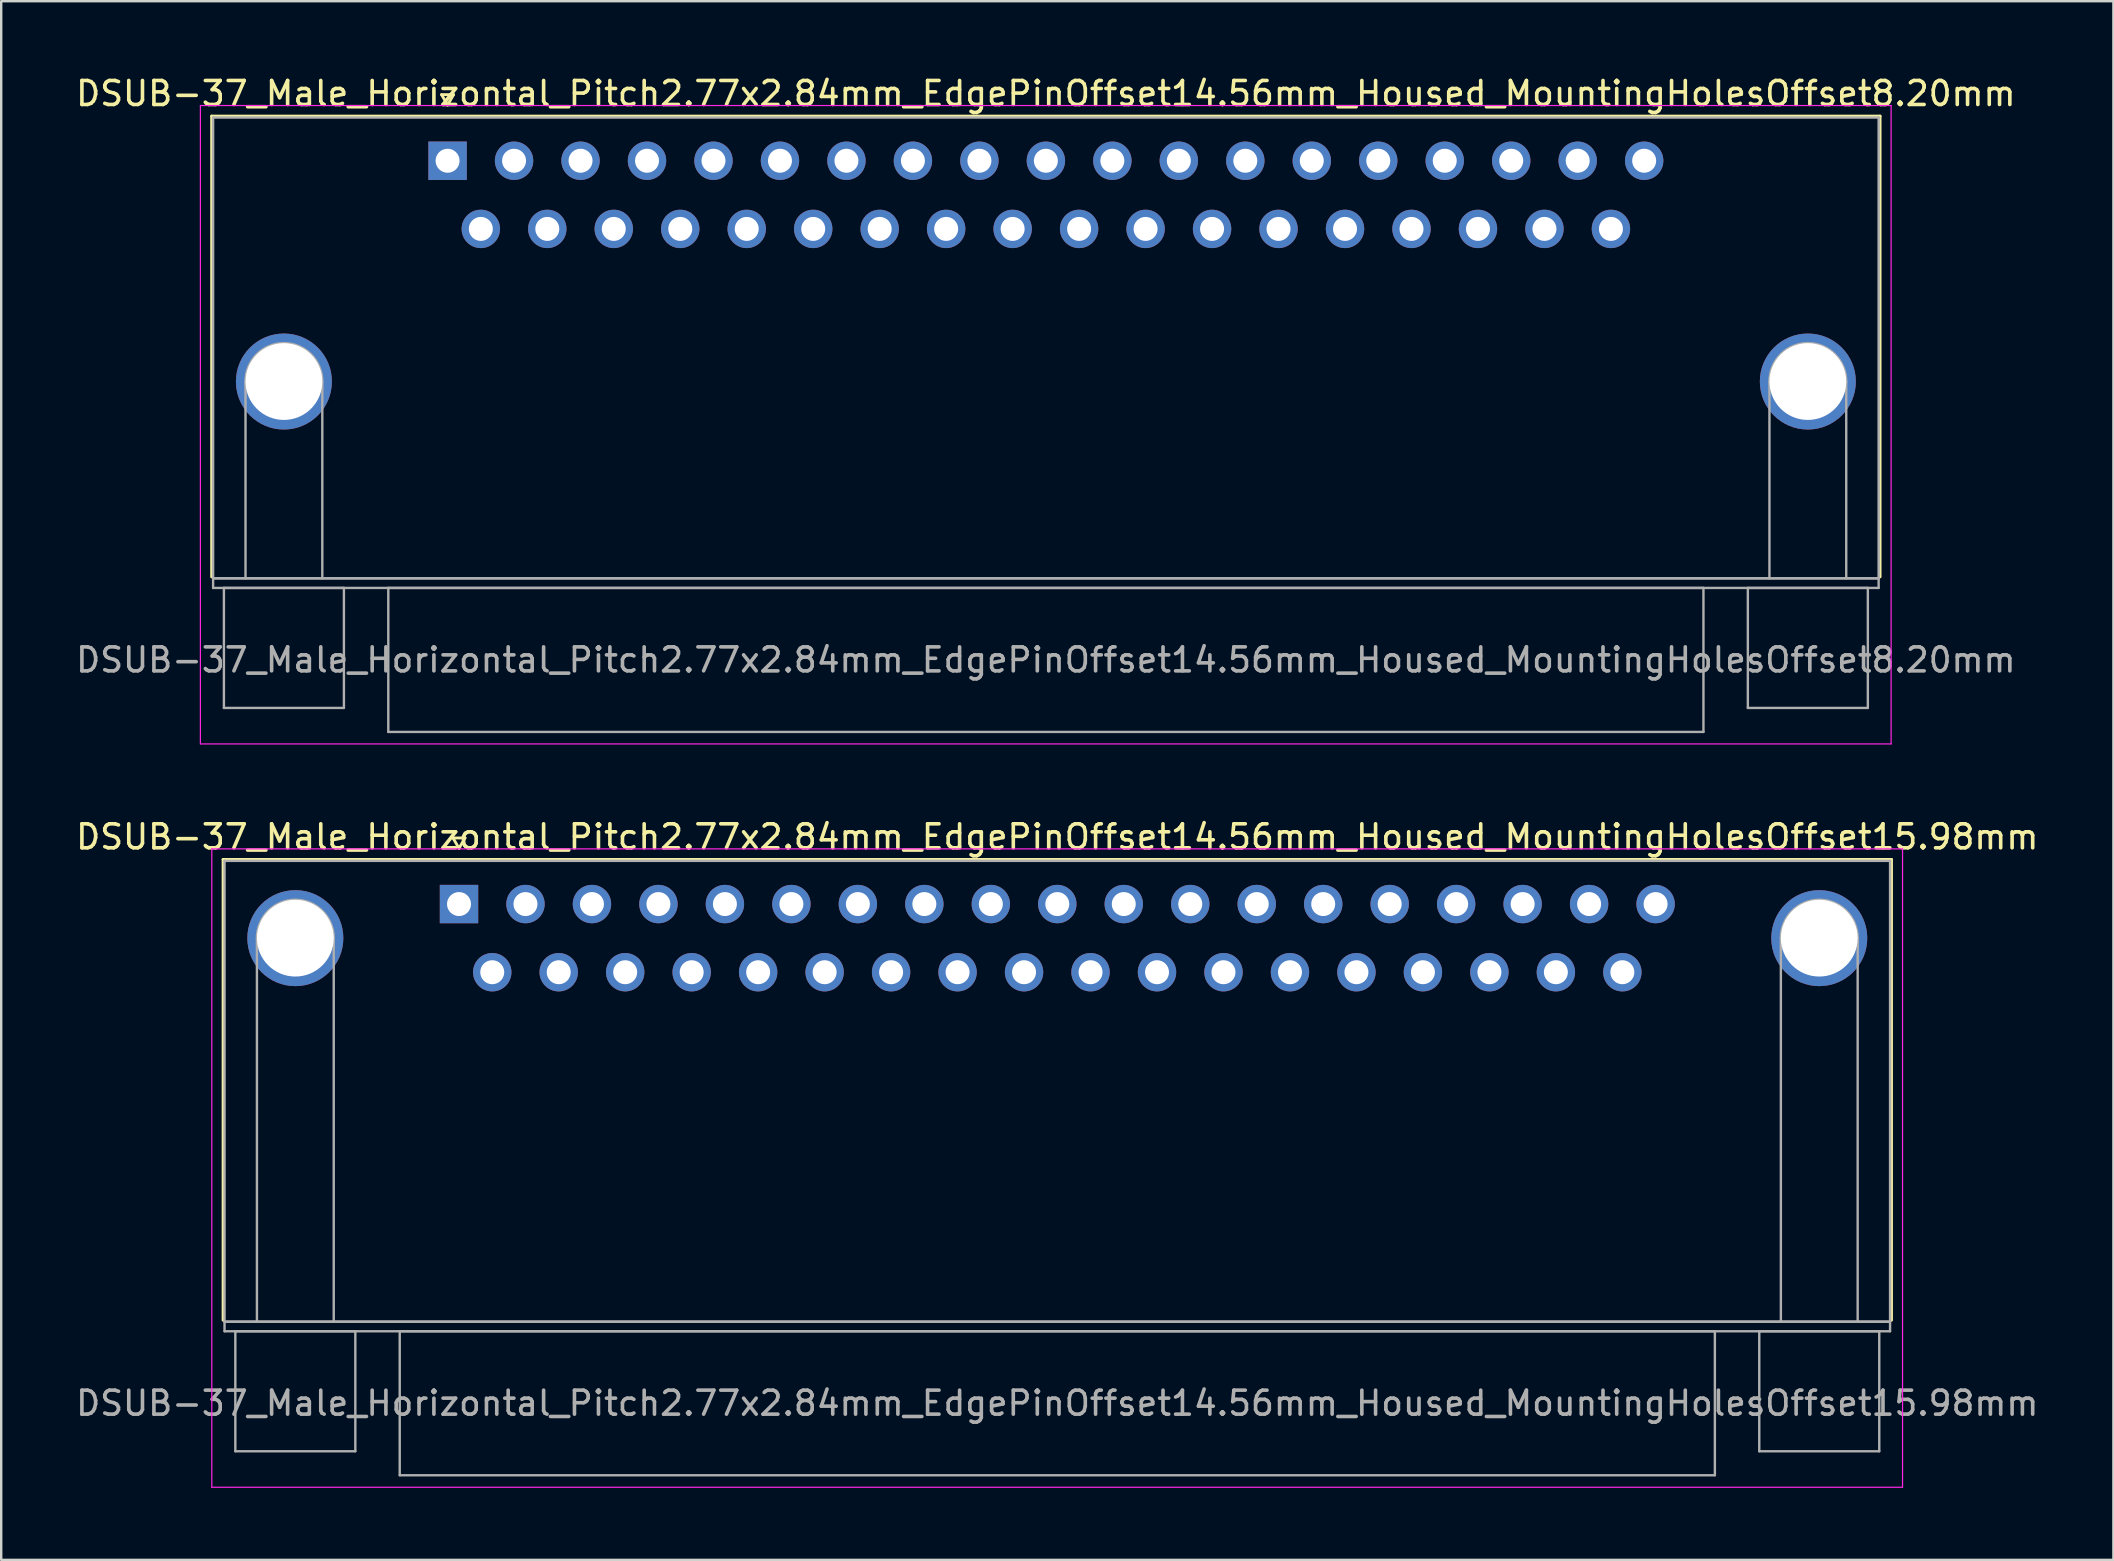
<source format=kicad_pcb>
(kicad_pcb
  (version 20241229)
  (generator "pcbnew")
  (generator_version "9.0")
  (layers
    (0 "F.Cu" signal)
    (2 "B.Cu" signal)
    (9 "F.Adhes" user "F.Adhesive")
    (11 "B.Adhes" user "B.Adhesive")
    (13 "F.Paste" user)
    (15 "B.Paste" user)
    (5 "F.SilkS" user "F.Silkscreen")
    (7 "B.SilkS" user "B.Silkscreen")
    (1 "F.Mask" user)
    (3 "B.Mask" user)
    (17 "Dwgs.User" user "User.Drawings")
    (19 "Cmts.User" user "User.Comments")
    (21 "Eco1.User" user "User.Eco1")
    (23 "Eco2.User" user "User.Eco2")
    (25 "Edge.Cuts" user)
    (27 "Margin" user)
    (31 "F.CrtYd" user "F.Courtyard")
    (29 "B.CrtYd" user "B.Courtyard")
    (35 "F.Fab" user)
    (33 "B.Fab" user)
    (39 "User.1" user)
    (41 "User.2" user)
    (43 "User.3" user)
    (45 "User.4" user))
  (footprint "DSUB-37_Male_Horizontal_Pitch2.77x2.84mm_EdgePinOffset14.56mm_Housed_MountingHolesOffset15.98mm"
    (layer "F.Cu")
    (at 16.076 34.621)
    (property "Reference" "DSUB-37_Male_Horizontal_Pitch2.77x2.84mm_EdgePinOffset14.56mm_Housed_MountingHolesOffset15.98mm" (at 24.93 -2.8 0) (layer "F.SilkS") (effects (font (size 1 1) (thickness 0.15))))
    (attr through_hole)
    (fp_line (start -9.83 -1.86) (end 59.69 -1.86) (stroke (width 0.12) (type solid)) (layer "F.SilkS"))
    (fp_line (start -9.83 17.34) (end -9.83 -1.86) (stroke (width 0.12) (type solid)) (layer "F.SilkS"))
    (fp_line (start -0.25 -2.754) (end 0.25 -2.754) (stroke (width 0.12) (type solid)) (layer "F.SilkS"))
    (fp_line (start 0 -2.321) (end -0.25 -2.754) (stroke (width 0.12) (type solid)) (layer "F.SilkS"))
    (fp_line (start 0.25 -2.754) (end 0 -2.321) (stroke (width 0.12) (type solid)) (layer "F.SilkS"))
    (fp_line (start 59.69 -1.86) (end 59.69 17.34) (stroke (width 0.12) (type solid)) (layer "F.SilkS"))
    (fp_line (start -10.3 -2.3) (end -10.3 24.3) (stroke (width 0.05) (type solid)) (layer "F.CrtYd"))
    (fp_line (start -10.3 24.3) (end 60.15 24.3) (stroke (width 0.05) (type solid)) (layer "F.CrtYd"))
    (fp_line (start 60.15 -2.3) (end -10.3 -2.3) (stroke (width 0.05) (type solid)) (layer "F.CrtYd"))
    (fp_line (start 60.15 24.3) (end 60.15 -2.3) (stroke (width 0.05) (type solid)) (layer "F.CrtYd"))
    (fp_line (start -9.77 -1.8) (end -9.77 17.4) (stroke (width 0.1) (type solid)) (layer "F.Fab"))
    (fp_line (start -9.77 17.4) (end -9.77 17.8) (stroke (width 0.1) (type solid)) (layer "F.Fab"))
    (fp_line (start -9.77 17.4) (end 59.63 17.4) (stroke (width 0.1) (type solid)) (layer "F.Fab"))
    (fp_line (start -9.77 17.8) (end 59.63 17.8) (stroke (width 0.1) (type solid)) (layer "F.Fab"))
    (fp_line (start -9.32 17.8) (end -9.32 22.8) (stroke (width 0.1) (type solid)) (layer "F.Fab"))
    (fp_line (start -9.32 22.8) (end -4.32 22.8) (stroke (width 0.1) (type solid)) (layer "F.Fab"))
    (fp_line (start -8.42 17.4) (end -8.42 1.42) (stroke (width 0.1) (type solid)) (layer "F.Fab"))
    (fp_line (start -5.22 17.4) (end -5.22 1.42) (stroke (width 0.1) (type solid)) (layer "F.Fab"))
    (fp_line (start -4.32 17.8) (end -9.32 17.8) (stroke (width 0.1) (type solid)) (layer "F.Fab"))
    (fp_line (start -4.32 22.8) (end -4.32 17.8) (stroke (width 0.1) (type solid)) (layer "F.Fab"))
    (fp_line (start -2.47 17.8) (end -2.47 23.8) (stroke (width 0.1) (type solid)) (layer "F.Fab"))
    (fp_line (start -2.47 23.8) (end 52.33 23.8) (stroke (width 0.1) (type solid)) (layer "F.Fab"))
    (fp_line (start 52.33 17.8) (end -2.47 17.8) (stroke (width 0.1) (type solid)) (layer "F.Fab"))
    (fp_line (start 52.33 23.8) (end 52.33 17.8) (stroke (width 0.1) (type solid)) (layer "F.Fab"))
    (fp_line (start 54.18 17.8) (end 54.18 22.8) (stroke (width 0.1) (type solid)) (layer "F.Fab"))
    (fp_line (start 54.18 22.8) (end 59.18 22.8) (stroke (width 0.1) (type solid)) (layer "F.Fab"))
    (fp_line (start 55.08 17.4) (end 55.08 1.42) (stroke (width 0.1) (type solid)) (layer "F.Fab"))
    (fp_line (start 58.28 17.4) (end 58.28 1.42) (stroke (width 0.1) (type solid)) (layer "F.Fab"))
    (fp_line (start 59.18 17.8) (end 54.18 17.8) (stroke (width 0.1) (type solid)) (layer "F.Fab"))
    (fp_line (start 59.18 22.8) (end 59.18 17.8) (stroke (width 0.1) (type solid)) (layer "F.Fab"))
    (fp_line (start 59.63 -1.8) (end -9.77 -1.8) (stroke (width 0.1) (type solid)) (layer "F.Fab"))
    (fp_line (start 59.63 17.4) (end -9.77 17.4) (stroke (width 0.1) (type solid)) (layer "F.Fab"))
    (fp_line (start 59.63 17.4) (end 59.63 -1.8) (stroke (width 0.1) (type solid)) (layer "F.Fab"))
    (fp_line (start 59.63 17.8) (end 59.63 17.4) (stroke (width 0.1) (type solid)) (layer "F.Fab"))
    (fp_arc (start -8.42 1.42) (mid -6.82 -0.18) (end -5.22 1.42) (stroke (width 0.1) (type solid)) (layer "F.Fab"))
    (fp_arc (start 55.08 1.42) (mid 56.68 -0.18) (end 58.28 1.42) (stroke (width 0.1) (type solid)) (layer "F.Fab"))
    (fp_text user "${REFERENCE}" (at 24.93 20.8 0) (layer "F.Fab") (effects (font (size 1 1) (thickness 0.15))))
    (pad "0" thru_hole circle (at -6.82 1.42) (size 4 4) (drill 3.2) (layers "*.Cu" "*.Mask"))
    (pad "0" thru_hole circle (at 56.68 1.42) (size 4 4) (drill 3.2) (layers "*.Cu" "*.Mask"))
    (pad "1" thru_hole rect (at 0 0) (size 1.6 1.6) (drill 1) (layers "*.Cu" "*.Mask"))
    (pad "2" thru_hole circle (at 2.77 0) (size 1.6 1.6) (drill 1) (layers "*.Cu" "*.Mask"))
    (pad "3" thru_hole circle (at 5.54 0) (size 1.6 1.6) (drill 1) (layers "*.Cu" "*.Mask"))
    (pad "4" thru_hole circle (at 8.31 0) (size 1.6 1.6) (drill 1) (layers "*.Cu" "*.Mask"))
    (pad "5" thru_hole circle (at 11.08 0) (size 1.6 1.6) (drill 1) (layers "*.Cu" "*.Mask"))
    (pad "6" thru_hole circle (at 13.85 0) (size 1.6 1.6) (drill 1) (layers "*.Cu" "*.Mask"))
    (pad "7" thru_hole circle (at 16.62 0) (size 1.6 1.6) (drill 1) (layers "*.Cu" "*.Mask"))
    (pad "8" thru_hole circle (at 19.39 0) (size 1.6 1.6) (drill 1) (layers "*.Cu" "*.Mask"))
    (pad "9" thru_hole circle (at 22.16 0) (size 1.6 1.6) (drill 1) (layers "*.Cu" "*.Mask"))
    (pad "10" thru_hole circle (at 24.93 0) (size 1.6 1.6) (drill 1) (layers "*.Cu" "*.Mask"))
    (pad "11" thru_hole circle (at 27.7 0) (size 1.6 1.6) (drill 1) (layers "*.Cu" "*.Mask"))
    (pad "12" thru_hole circle (at 30.47 0) (size 1.6 1.6) (drill 1) (layers "*.Cu" "*.Mask"))
    (pad "13" thru_hole circle (at 33.24 0) (size 1.6 1.6) (drill 1) (layers "*.Cu" "*.Mask"))
    (pad "14" thru_hole circle (at 36.01 0) (size 1.6 1.6) (drill 1) (layers "*.Cu" "*.Mask"))
    (pad "15" thru_hole circle (at 38.78 0) (size 1.6 1.6) (drill 1) (layers "*.Cu" "*.Mask"))
    (pad "16" thru_hole circle (at 41.55 0) (size 1.6 1.6) (drill 1) (layers "*.Cu" "*.Mask"))
    (pad "17" thru_hole circle (at 44.32 0) (size 1.6 1.6) (drill 1) (layers "*.Cu" "*.Mask"))
    (pad "18" thru_hole circle (at 47.09 0) (size 1.6 1.6) (drill 1) (layers "*.Cu" "*.Mask"))
    (pad "19" thru_hole circle (at 49.86 0) (size 1.6 1.6) (drill 1) (layers "*.Cu" "*.Mask"))
    (pad "20" thru_hole circle (at 1.385 2.84) (size 1.6 1.6) (drill 1) (layers "*.Cu" "*.Mask"))
    (pad "21" thru_hole circle (at 4.155 2.84) (size 1.6 1.6) (drill 1) (layers "*.Cu" "*.Mask"))
    (pad "22" thru_hole circle (at 6.925 2.84) (size 1.6 1.6) (drill 1) (layers "*.Cu" "*.Mask"))
    (pad "23" thru_hole circle (at 9.695 2.84) (size 1.6 1.6) (drill 1) (layers "*.Cu" "*.Mask"))
    (pad "24" thru_hole circle (at 12.465 2.84) (size 1.6 1.6) (drill 1) (layers "*.Cu" "*.Mask"))
    (pad "25" thru_hole circle (at 15.235 2.84) (size 1.6 1.6) (drill 1) (layers "*.Cu" "*.Mask"))
    (pad "26" thru_hole circle (at 18.005 2.84) (size 1.6 1.6) (drill 1) (layers "*.Cu" "*.Mask"))
    (pad "27" thru_hole circle (at 20.775 2.84) (size 1.6 1.6) (drill 1) (layers "*.Cu" "*.Mask"))
    (pad "28" thru_hole circle (at 23.545 2.84) (size 1.6 1.6) (drill 1) (layers "*.Cu" "*.Mask"))
    (pad "29" thru_hole circle (at 26.315 2.84) (size 1.6 1.6) (drill 1) (layers "*.Cu" "*.Mask"))
    (pad "30" thru_hole circle (at 29.085 2.84) (size 1.6 1.6) (drill 1) (layers "*.Cu" "*.Mask"))
    (pad "31" thru_hole circle (at 31.855 2.84) (size 1.6 1.6) (drill 1) (layers "*.Cu" "*.Mask"))
    (pad "32" thru_hole circle (at 34.625 2.84) (size 1.6 1.6) (drill 1) (layers "*.Cu" "*.Mask"))
    (pad "33" thru_hole circle (at 37.395 2.84) (size 1.6 1.6) (drill 1) (layers "*.Cu" "*.Mask"))
    (pad "34" thru_hole circle (at 40.165 2.84) (size 1.6 1.6) (drill 1) (layers "*.Cu" "*.Mask"))
    (pad "35" thru_hole circle (at 42.935 2.84) (size 1.6 1.6) (drill 1) (layers "*.Cu" "*.Mask"))
    (pad "36" thru_hole circle (at 45.705 2.84) (size 1.6 1.6) (drill 1) (layers "*.Cu" "*.Mask"))
    (pad "37" thru_hole circle (at 48.475 2.84) (size 1.6 1.6) (drill 1) (layers "*.Cu" "*.Mask")))
  (footprint "DSUB-37_Male_Horizontal_Pitch2.77x2.84mm_EdgePinOffset14.56mm_Housed_MountingHolesOffset8.20mm"
    (layer "F.Cu")
    (at 15.6 3.648)
    (property "Reference" "DSUB-37_Male_Horizontal_Pitch2.77x2.84mm_EdgePinOffset14.56mm_Housed_MountingHolesOffset8.20mm" (at 24.93 -2.8 0) (layer "F.SilkS") (effects (font (size 1 1) (thickness 0.15))))
    (attr through_hole)
    (fp_line (start -9.83 -1.86) (end 59.69 -1.86) (stroke (width 0.12) (type solid)) (layer "F.SilkS"))
    (fp_line (start -9.83 17.34) (end -9.83 -1.86) (stroke (width 0.12) (type solid)) (layer "F.SilkS"))
    (fp_line (start -0.25 -2.754) (end 0.25 -2.754) (stroke (width 0.12) (type solid)) (layer "F.SilkS"))
    (fp_line (start 0 -2.321) (end -0.25 -2.754) (stroke (width 0.12) (type solid)) (layer "F.SilkS"))
    (fp_line (start 0.25 -2.754) (end 0 -2.321) (stroke (width 0.12) (type solid)) (layer "F.SilkS"))
    (fp_line (start 59.69 -1.86) (end 59.69 17.34) (stroke (width 0.12) (type solid)) (layer "F.SilkS"))
    (fp_line (start -10.3 -2.3) (end -10.3 24.3) (stroke (width 0.05) (type solid)) (layer "F.CrtYd"))
    (fp_line (start -10.3 24.3) (end 60.15 24.3) (stroke (width 0.05) (type solid)) (layer "F.CrtYd"))
    (fp_line (start 60.15 -2.3) (end -10.3 -2.3) (stroke (width 0.05) (type solid)) (layer "F.CrtYd"))
    (fp_line (start 60.15 24.3) (end 60.15 -2.3) (stroke (width 0.05) (type solid)) (layer "F.CrtYd"))
    (fp_line (start -9.77 -1.8) (end -9.77 17.4) (stroke (width 0.1) (type solid)) (layer "F.Fab"))
    (fp_line (start -9.77 17.4) (end -9.77 17.8) (stroke (width 0.1) (type solid)) (layer "F.Fab"))
    (fp_line (start -9.77 17.4) (end 59.63 17.4) (stroke (width 0.1) (type solid)) (layer "F.Fab"))
    (fp_line (start -9.77 17.8) (end 59.63 17.8) (stroke (width 0.1) (type solid)) (layer "F.Fab"))
    (fp_line (start -9.32 17.8) (end -9.32 22.8) (stroke (width 0.1) (type solid)) (layer "F.Fab"))
    (fp_line (start -9.32 22.8) (end -4.32 22.8) (stroke (width 0.1) (type solid)) (layer "F.Fab"))
    (fp_line (start -8.42 17.4) (end -8.42 9.2) (stroke (width 0.1) (type solid)) (layer "F.Fab"))
    (fp_line (start -5.22 17.4) (end -5.22 9.2) (stroke (width 0.1) (type solid)) (layer "F.Fab"))
    (fp_line (start -4.32 17.8) (end -9.32 17.8) (stroke (width 0.1) (type solid)) (layer "F.Fab"))
    (fp_line (start -4.32 22.8) (end -4.32 17.8) (stroke (width 0.1) (type solid)) (layer "F.Fab"))
    (fp_line (start -2.47 17.8) (end -2.47 23.8) (stroke (width 0.1) (type solid)) (layer "F.Fab"))
    (fp_line (start -2.47 23.8) (end 52.33 23.8) (stroke (width 0.1) (type solid)) (layer "F.Fab"))
    (fp_line (start 52.33 17.8) (end -2.47 17.8) (stroke (width 0.1) (type solid)) (layer "F.Fab"))
    (fp_line (start 52.33 23.8) (end 52.33 17.8) (stroke (width 0.1) (type solid)) (layer "F.Fab"))
    (fp_line (start 54.18 17.8) (end 54.18 22.8) (stroke (width 0.1) (type solid)) (layer "F.Fab"))
    (fp_line (start 54.18 22.8) (end 59.18 22.8) (stroke (width 0.1) (type solid)) (layer "F.Fab"))
    (fp_line (start 55.08 17.4) (end 55.08 9.2) (stroke (width 0.1) (type solid)) (layer "F.Fab"))
    (fp_line (start 58.28 17.4) (end 58.28 9.2) (stroke (width 0.1) (type solid)) (layer "F.Fab"))
    (fp_line (start 59.18 17.8) (end 54.18 17.8) (stroke (width 0.1) (type solid)) (layer "F.Fab"))
    (fp_line (start 59.18 22.8) (end 59.18 17.8) (stroke (width 0.1) (type solid)) (layer "F.Fab"))
    (fp_line (start 59.63 -1.8) (end -9.77 -1.8) (stroke (width 0.1) (type solid)) (layer "F.Fab"))
    (fp_line (start 59.63 17.4) (end -9.77 17.4) (stroke (width 0.1) (type solid)) (layer "F.Fab"))
    (fp_line (start 59.63 17.4) (end 59.63 -1.8) (stroke (width 0.1) (type solid)) (layer "F.Fab"))
    (fp_line (start 59.63 17.8) (end 59.63 17.4) (stroke (width 0.1) (type solid)) (layer "F.Fab"))
    (fp_arc (start -8.42 9.2) (mid -6.82 7.6) (end -5.22 9.2) (stroke (width 0.1) (type solid)) (layer "F.Fab"))
    (fp_arc (start 55.08 9.2) (mid 56.68 7.6) (end 58.28 9.2) (stroke (width 0.1) (type solid)) (layer "F.Fab"))
    (fp_text user "${REFERENCE}" (at 24.93 20.8 0) (layer "F.Fab") (effects (font (size 1 1) (thickness 0.15))))
    (pad "0" thru_hole circle (at -6.82 9.2) (size 4 4) (drill 3.2) (layers "*.Cu" "*.Mask"))
    (pad "0" thru_hole circle (at 56.68 9.2) (size 4 4) (drill 3.2) (layers "*.Cu" "*.Mask"))
    (pad "1" thru_hole rect (at 0 0) (size 1.6 1.6) (drill 1) (layers "*.Cu" "*.Mask"))
    (pad "2" thru_hole circle (at 2.77 0) (size 1.6 1.6) (drill 1) (layers "*.Cu" "*.Mask"))
    (pad "3" thru_hole circle (at 5.54 0) (size 1.6 1.6) (drill 1) (layers "*.Cu" "*.Mask"))
    (pad "4" thru_hole circle (at 8.31 0) (size 1.6 1.6) (drill 1) (layers "*.Cu" "*.Mask"))
    (pad "5" thru_hole circle (at 11.08 0) (size 1.6 1.6) (drill 1) (layers "*.Cu" "*.Mask"))
    (pad "6" thru_hole circle (at 13.85 0) (size 1.6 1.6) (drill 1) (layers "*.Cu" "*.Mask"))
    (pad "7" thru_hole circle (at 16.62 0) (size 1.6 1.6) (drill 1) (layers "*.Cu" "*.Mask"))
    (pad "8" thru_hole circle (at 19.39 0) (size 1.6 1.6) (drill 1) (layers "*.Cu" "*.Mask"))
    (pad "9" thru_hole circle (at 22.16 0) (size 1.6 1.6) (drill 1) (layers "*.Cu" "*.Mask"))
    (pad "10" thru_hole circle (at 24.93 0) (size 1.6 1.6) (drill 1) (layers "*.Cu" "*.Mask"))
    (pad "11" thru_hole circle (at 27.7 0) (size 1.6 1.6) (drill 1) (layers "*.Cu" "*.Mask"))
    (pad "12" thru_hole circle (at 30.47 0) (size 1.6 1.6) (drill 1) (layers "*.Cu" "*.Mask"))
    (pad "13" thru_hole circle (at 33.24 0) (size 1.6 1.6) (drill 1) (layers "*.Cu" "*.Mask"))
    (pad "14" thru_hole circle (at 36.01 0) (size 1.6 1.6) (drill 1) (layers "*.Cu" "*.Mask"))
    (pad "15" thru_hole circle (at 38.78 0) (size 1.6 1.6) (drill 1) (layers "*.Cu" "*.Mask"))
    (pad "16" thru_hole circle (at 41.55 0) (size 1.6 1.6) (drill 1) (layers "*.Cu" "*.Mask"))
    (pad "17" thru_hole circle (at 44.32 0) (size 1.6 1.6) (drill 1) (layers "*.Cu" "*.Mask"))
    (pad "18" thru_hole circle (at 47.09 0) (size 1.6 1.6) (drill 1) (layers "*.Cu" "*.Mask"))
    (pad "19" thru_hole circle (at 49.86 0) (size 1.6 1.6) (drill 1) (layers "*.Cu" "*.Mask"))
    (pad "20" thru_hole circle (at 1.385 2.84) (size 1.6 1.6) (drill 1) (layers "*.Cu" "*.Mask"))
    (pad "21" thru_hole circle (at 4.155 2.84) (size 1.6 1.6) (drill 1) (layers "*.Cu" "*.Mask"))
    (pad "22" thru_hole circle (at 6.925 2.84) (size 1.6 1.6) (drill 1) (layers "*.Cu" "*.Mask"))
    (pad "23" thru_hole circle (at 9.695 2.84) (size 1.6 1.6) (drill 1) (layers "*.Cu" "*.Mask"))
    (pad "24" thru_hole circle (at 12.465 2.84) (size 1.6 1.6) (drill 1) (layers "*.Cu" "*.Mask"))
    (pad "25" thru_hole circle (at 15.235 2.84) (size 1.6 1.6) (drill 1) (layers "*.Cu" "*.Mask"))
    (pad "26" thru_hole circle (at 18.005 2.84) (size 1.6 1.6) (drill 1) (layers "*.Cu" "*.Mask"))
    (pad "27" thru_hole circle (at 20.775 2.84) (size 1.6 1.6) (drill 1) (layers "*.Cu" "*.Mask"))
    (pad "28" thru_hole circle (at 23.545 2.84) (size 1.6 1.6) (drill 1) (layers "*.Cu" "*.Mask"))
    (pad "29" thru_hole circle (at 26.315 2.84) (size 1.6 1.6) (drill 1) (layers "*.Cu" "*.Mask"))
    (pad "30" thru_hole circle (at 29.085 2.84) (size 1.6 1.6) (drill 1) (layers "*.Cu" "*.Mask"))
    (pad "31" thru_hole circle (at 31.855 2.84) (size 1.6 1.6) (drill 1) (layers "*.Cu" "*.Mask"))
    (pad "32" thru_hole circle (at 34.625 2.84) (size 1.6 1.6) (drill 1) (layers "*.Cu" "*.Mask"))
    (pad "33" thru_hole circle (at 37.395 2.84) (size 1.6 1.6) (drill 1) (layers "*.Cu" "*.Mask"))
    (pad "34" thru_hole circle (at 40.165 2.84) (size 1.6 1.6) (drill 1) (layers "*.Cu" "*.Mask"))
    (pad "35" thru_hole circle (at 42.935 2.84) (size 1.6 1.6) (drill 1) (layers "*.Cu" "*.Mask"))
    (pad "36" thru_hole circle (at 45.705 2.84) (size 1.6 1.6) (drill 1) (layers "*.Cu" "*.Mask"))
    (pad "37" thru_hole circle (at 48.475 2.84) (size 1.6 1.6) (drill 1) (layers "*.Cu" "*.Mask")))
  (gr_rect
    (start -3 -3)
    (end 85.012 61.947)
    (stroke (width 0.1) (type default))
    (fill no)
    (layer "Edge.Cuts")))
</source>
